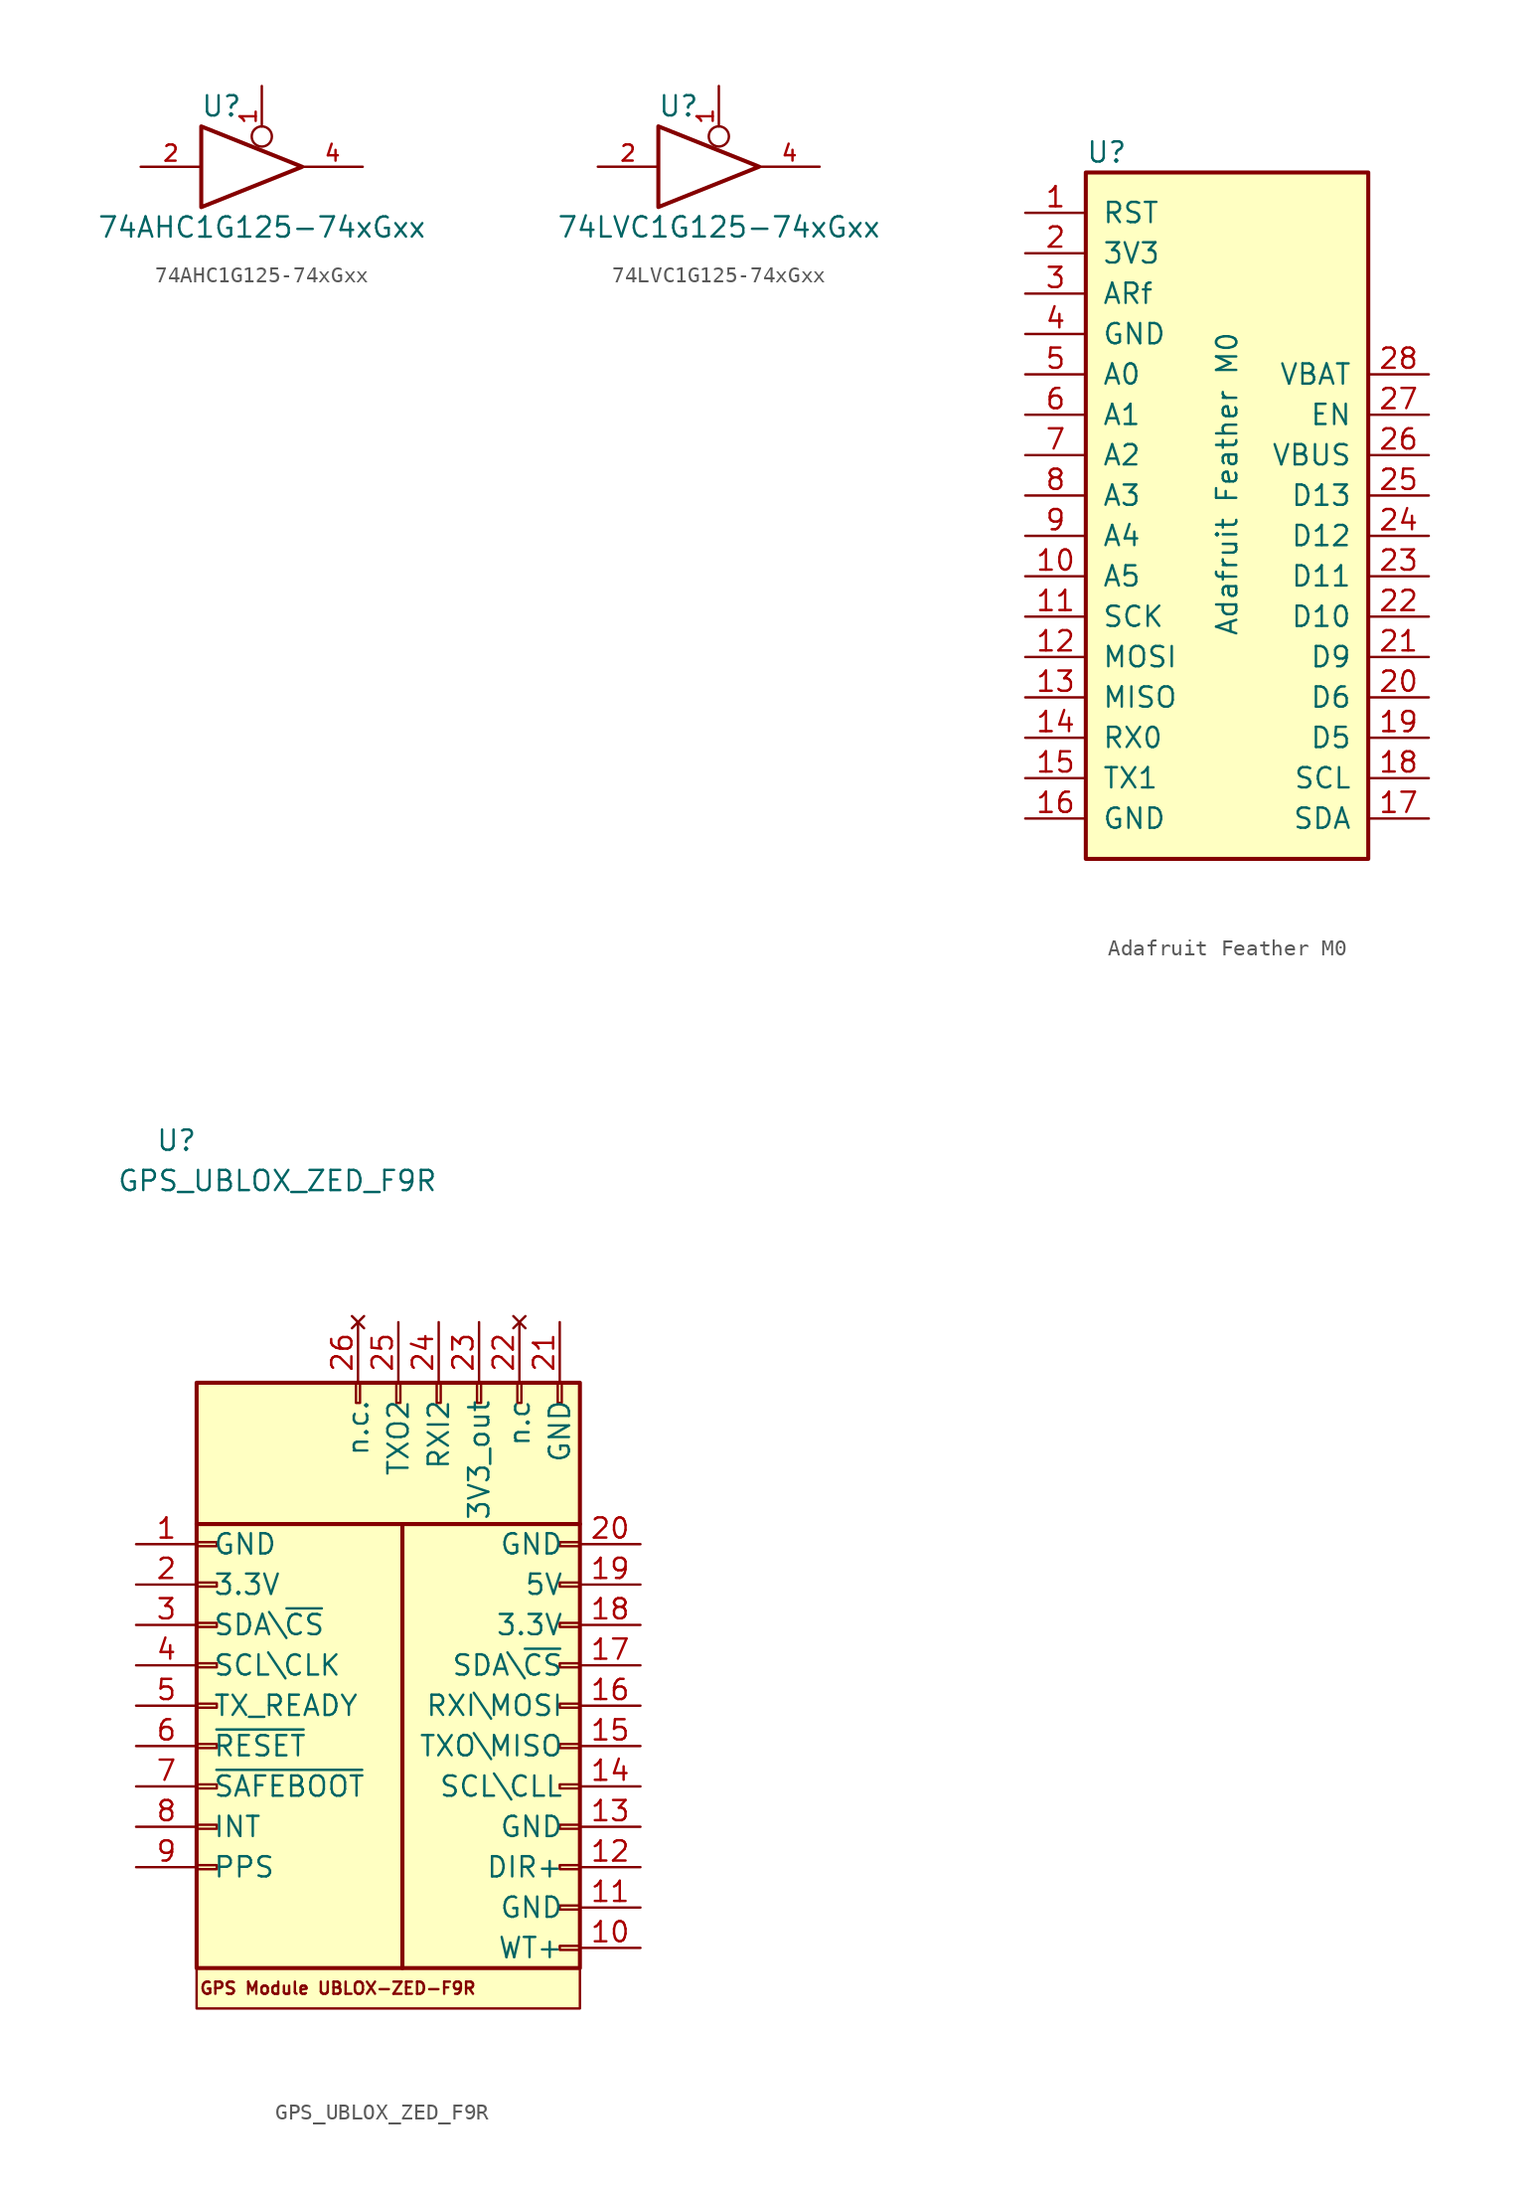
<source format=kicad_sym>
(kicad_symbol_lib
  (version 20211014)
  (generator kicad_symbol_editor)
  (symbol "74AHC1G125-74xGxx"
    (pin_names
      (offset 1.016))
    (property "Reference" "U"
      (at -2.54 3.81 0)
      (effects (font (size 1.27 1.27))))
    (property "Value" "74AHC1G125-74xGxx"
      (at 0 -3.81 0)
      (effects (font (size 1.27 1.27))))
    (symbol "74AHC1G125-74xGxx_0_1"
      (polyline (pts (xy -3.81 2.54) (xy -3.81 -2.54) (xy 2.54 0) (xy -3.81 2.54)) (stroke (width 0.254) (type default) (color 0 0 0 0)) (fill (type none))))
    (symbol "74AHC1G125-74xGxx_1_1"
      (pin input inverted (at 0 5.08 270) (length 3.81) (name "~" (effects (font (size 1.016 1.016)))) (number "1" (effects (font (size 1.016 1.016)))))
      (pin input line (at -7.62 0 0) (length 3.81) (name "~" (effects (font (size 1.016 1.016)))) (number "2" (effects (font (size 1.016 1.016)))))
      (pin power_in line (at 1.27 -1.27 270) (length 0) hide (name "GND" (effects (font (size 1.016 1.016)))) (number "3" (effects (font (size 1.016 1.016)))))
      (pin tri_state line (at 6.35 0 180) (length 3.81) (name "~" (effects (font (size 1.016 1.016)))) (number "4" (effects (font (size 1.016 1.016)))))
      (pin power_in line (at 1.27 1.27 90) (length 0) hide (name "VCC" (effects (font (size 1.016 1.016)))) (number "5" (effects (font (size 1.016 1.016)))))))
  (symbol "74LVC1G125-74xGxx"
    (pin_names
      (offset 1.016))
    (property "Reference" "U"
      (at -2.54 3.81 0)
      (effects (font (size 1.27 1.27))))
    (property "Value" "74LVC1G125-74xGxx"
      (at 0 -3.81 0)
      (effects (font (size 1.27 1.27))))
    (symbol "74LVC1G125-74xGxx_0_1"
      (polyline (pts (xy -3.81 2.54) (xy -3.81 -2.54) (xy 2.54 0) (xy -3.81 2.54)) (stroke (width 0.254) (type default) (color 0 0 0 0)) (fill (type none))))
    (symbol "74LVC1G125-74xGxx_1_1"
      (pin input inverted (at 0 5.08 270) (length 3.81) (name "~" (effects (font (size 1.016 1.016)))) (number "1" (effects (font (size 1.016 1.016)))))
      (pin input line (at -7.62 0 0) (length 3.81) (name "~" (effects (font (size 1.016 1.016)))) (number "2" (effects (font (size 1.016 1.016)))))
      (pin power_in line (at 1.27 -1.27 270) (length 0) hide (name "GND" (effects (font (size 1.016 1.016)))) (number "3" (effects (font (size 1.016 1.016)))))
      (pin tri_state line (at 6.35 0 180) (length 3.81) (name "~" (effects (font (size 1.016 1.016)))) (number "4" (effects (font (size 1.016 1.016)))))
      (pin power_in line (at 1.27 1.27 90) (length 0) hide (name "VCC" (effects (font (size 1.016 1.016)))) (number "5" (effects (font (size 1.016 1.016)))))))
  (symbol "Adafruit Feather M0"
    (pin_names
      (offset 1.016))
    (property "Reference" "U"
      (at -8.89 22.86 0)
      (effects (font (size 1.27 1.27)) (justify left)))
    (property "Value" "Adafruit Feather M0"
      (at 0 -7.62 90)
      (effects (font (size 1.27 1.27)) (justify left)))
    (symbol "Adafruit Feather M0_1_1"
      (rectangle (start -8.89 21.59) (end 8.89 -21.59) (stroke (width 0.254) (type default) (color 0 0 0 0)) (fill (type background)))
      (pin passive line (at -12.7 19.05 0) (length 3.81) (name "RST" (effects (font (size 1.27 1.27)))) (number "1" (effects (font (size 1.27 1.27)))))
      (pin passive line (at -12.7 -3.81 0) (length 3.81) (name "A5" (effects (font (size 1.27 1.27)))) (number "10" (effects (font (size 1.27 1.27)))))
      (pin passive line (at -12.7 -6.35 0) (length 3.81) (name "SCK" (effects (font (size 1.27 1.27)))) (number "11" (effects (font (size 1.27 1.27)))))
      (pin passive line (at -12.7 -8.89 0) (length 3.81) (name "MOSI" (effects (font (size 1.27 1.27)))) (number "12" (effects (font (size 1.27 1.27)))))
      (pin passive line (at -12.7 -11.43 0) (length 3.81) (name "MISO" (effects (font (size 1.27 1.27)))) (number "13" (effects (font (size 1.27 1.27)))))
      (pin passive line (at -12.7 -13.97 0) (length 3.81) (name "RX0" (effects (font (size 1.27 1.27)))) (number "14" (effects (font (size 1.27 1.27)))))
      (pin passive line (at -12.7 -16.51 0) (length 3.81) (name "TX1" (effects (font (size 1.27 1.27)))) (number "15" (effects (font (size 1.27 1.27)))))
      (pin power_in line (at -12.7 -19.05 0) (length 3.81) (name "GND" (effects (font (size 1.27 1.27)))) (number "16" (effects (font (size 1.27 1.27)))))
      (pin passive line (at 12.7 -19.05 180) (length 3.81) (name "SDA" (effects (font (size 1.27 1.27)))) (number "17" (effects (font (size 1.27 1.27)))))
      (pin passive line (at 12.7 -16.51 180) (length 3.81) (name "SCL" (effects (font (size 1.27 1.27)))) (number "18" (effects (font (size 1.27 1.27)))))
      (pin passive line (at 12.7 -13.97 180) (length 3.81) (name "D5" (effects (font (size 1.27 1.27)))) (number "19" (effects (font (size 1.27 1.27)))))
      (pin power_in line (at -12.7 16.51 0) (length 3.81) (name "3V3" (effects (font (size 1.27 1.27)))) (number "2" (effects (font (size 1.27 1.27)))))
      (pin passive line (at 12.7 -11.43 180) (length 3.81) (name "D6" (effects (font (size 1.27 1.27)))) (number "20" (effects (font (size 1.27 1.27)))))
      (pin passive line (at 12.7 -8.89 180) (length 3.81) (name "D9" (effects (font (size 1.27 1.27)))) (number "21" (effects (font (size 1.27 1.27)))))
      (pin passive line (at 12.7 -6.35 180) (length 3.81) (name "D10" (effects (font (size 1.27 1.27)))) (number "22" (effects (font (size 1.27 1.27)))))
      (pin passive line (at 12.7 -3.81 180) (length 3.81) (name "D11" (effects (font (size 1.27 1.27)))) (number "23" (effects (font (size 1.27 1.27)))))
      (pin passive line (at 12.7 -1.27 180) (length 3.81) (name "D12" (effects (font (size 1.27 1.27)))) (number "24" (effects (font (size 1.27 1.27)))))
      (pin passive line (at 12.7 1.27 180) (length 3.81) (name "D13" (effects (font (size 1.27 1.27)))) (number "25" (effects (font (size 1.27 1.27)))))
      (pin passive line (at 12.7 3.81 180) (length 3.81) (name "VBUS" (effects (font (size 1.27 1.27)))) (number "26" (effects (font (size 1.27 1.27)))))
      (pin passive line (at 12.7 6.35 180) (length 3.81) (name "EN" (effects (font (size 1.27 1.27)))) (number "27" (effects (font (size 1.27 1.27)))))
      (pin passive line (at 12.7 8.89 180) (length 3.81) (name "VBAT" (effects (font (size 1.27 1.27)))) (number "28" (effects (font (size 1.27 1.27)))))
      (pin passive line (at -12.7 13.97 0) (length 3.81) (name "ARf" (effects (font (size 1.27 1.27)))) (number "3" (effects (font (size 1.27 1.27)))))
      (pin power_in line (at -12.7 11.43 0) (length 3.81) (name "GND" (effects (font (size 1.27 1.27)))) (number "4" (effects (font (size 1.27 1.27)))))
      (pin passive line (at -12.7 8.89 0) (length 3.81) (name "A0" (effects (font (size 1.27 1.27)))) (number "5" (effects (font (size 1.27 1.27)))))
      (pin passive line (at -12.7 6.35 0) (length 3.81) (name "A1" (effects (font (size 1.27 1.27)))) (number "6" (effects (font (size 1.27 1.27)))))
      (pin passive line (at -12.7 3.81 0) (length 3.81) (name "A2" (effects (font (size 1.27 1.27)))) (number "7" (effects (font (size 1.27 1.27)))))
      (pin passive line (at -12.7 1.27 0) (length 3.81) (name "A3" (effects (font (size 1.27 1.27)))) (number "8" (effects (font (size 1.27 1.27)))))
      (pin passive line (at -12.7 -1.27 0) (length 3.81) (name "A4" (effects (font (size 1.27 1.27)))) (number "9" (effects (font (size 1.27 1.27)))))))
  (symbol "GPS_UBLOX_ZED_F9R"
    (pin_names
      (offset 1.016))
    (property "Reference" "U"
      (at -13.97 35.56 0)
      (effects (font (size 1.27 1.27))))
    (property "Value" "GPS_UBLOX_ZED_F9R"
      (at -7.62 33.02 0)
      (effects (font (size 1.27 1.27))))
    (symbol "GPS_UBLOX_ZED_F9R_1_1"
      (rectangle (start -12.7 -16.51) (end 11.43 -19.05) (stroke (width 0) (type default) (color 0 0 0 0)) (fill (type background)))
      (rectangle (start -12.7 -10.033) (end -11.43 -10.287) (stroke (width 0.152) (type default) (color 0 0 0 0)) (fill (type none)))
      (rectangle (start -12.7 -7.493) (end -11.43 -7.747) (stroke (width 0.152) (type default) (color 0 0 0 0)) (fill (type none)))
      (rectangle (start -12.7 -4.953) (end -11.43 -5.207) (stroke (width 0.152) (type default) (color 0 0 0 0)) (fill (type none)))
      (rectangle (start -12.7 -2.413) (end -11.43 -2.667) (stroke (width 0.152) (type default) (color 0 0 0 0)) (fill (type none)))
      (rectangle (start -12.7 0.127) (end -11.43 -0.127) (stroke (width 0.152) (type default) (color 0 0 0 0)) (fill (type none)))
      (rectangle (start -12.7 2.667) (end -11.43 2.413) (stroke (width 0.152) (type default) (color 0 0 0 0)) (fill (type none)))
      (rectangle (start -12.7 5.207) (end -11.43 4.953) (stroke (width 0.152) (type default) (color 0 0 0 0)) (fill (type none)))
      (rectangle (start -12.7 7.747) (end -11.43 7.493) (stroke (width 0.152) (type default) (color 0 0 0 0)) (fill (type none)))
      (rectangle (start -12.7 10.287) (end -11.43 10.033) (stroke (width 0.152) (type default) (color 0 0 0 0)) (fill (type none)))
      (rectangle (start -12.7 11.43) (end 0.254 -16.51) (stroke (width 0.254) (type default) (color 0 0 0 0)) (fill (type background)))
      (rectangle (start -2.413 20.32) (end -2.667 19.05) (stroke (width 0.152) (type default) (color 0 0 0 0)) (fill (type none)))
      (rectangle (start 0.127 20.32) (end -0.127 19.05) (stroke (width 0.152) (type default) (color 0 0 0 0)) (fill (type none)))
      (rectangle (start 2.667 20.32) (end 2.413 19.05) (stroke (width 0.152) (type default) (color 0 0 0 0)) (fill (type none)))
      (rectangle (start 5.207 20.32) (end 4.953 19.05) (stroke (width 0.152) (type default) (color 0 0 0 0)) (fill (type none)))
      (rectangle (start 7.747 20.32) (end 7.493 19.05) (stroke (width 0.152) (type default) (color 0 0 0 0)) (fill (type none)))
      (rectangle (start 10.287 20.32) (end 10.033 19.05) (stroke (width 0.152) (type default) (color 0 0 0 0)) (fill (type none)))
      (rectangle (start 11.43 -16.51) (end 0.254 11.43) (stroke (width 0.254) (type default) (color 0 0 0 0)) (fill (type background)))
      (rectangle (start 11.43 -15.367) (end 10.16 -15.113) (stroke (width 0.152) (type default) (color 0 0 0 0)) (fill (type none)))
      (rectangle (start 11.43 -12.827) (end 10.16 -12.573) (stroke (width 0.152) (type default) (color 0 0 0 0)) (fill (type none)))
      (rectangle (start 11.43 -10.287) (end 10.16 -10.033) (stroke (width 0.152) (type default) (color 0 0 0 0)) (fill (type none)))
      (rectangle (start 11.43 -7.747) (end 10.16 -7.493) (stroke (width 0.152) (type default) (color 0 0 0 0)) (fill (type none)))
      (rectangle (start 11.43 -5.207) (end 10.16 -4.953) (stroke (width 0.152) (type default) (color 0 0 0 0)) (fill (type none)))
      (rectangle (start 11.43 -2.667) (end 10.16 -2.413) (stroke (width 0.152) (type default) (color 0 0 0 0)) (fill (type none)))
      (rectangle (start 11.43 -0.127) (end 10.16 0.127) (stroke (width 0.152) (type default) (color 0 0 0 0)) (fill (type none)))
      (rectangle (start 11.43 2.413) (end 10.16 2.667) (stroke (width 0.152) (type default) (color 0 0 0 0)) (fill (type none)))
      (rectangle (start 11.43 4.953) (end 10.16 5.207) (stroke (width 0.152) (type default) (color 0 0 0 0)) (fill (type none)))
      (rectangle (start 11.43 7.493) (end 10.16 7.747) (stroke (width 0.152) (type default) (color 0 0 0 0)) (fill (type none)))
      (rectangle (start 11.43 10.033) (end 10.16 10.287) (stroke (width 0.152) (type default) (color 0 0 0 0)) (fill (type none)))
      (rectangle (start 11.43 20.32) (end -12.7 11.43) (stroke (width 0.254) (type default) (color 0 0 0 0)) (fill (type background)))
      (text "GPS Module UBLOX-ZED-F9R" (at -3.81 -17.78 0) (effects (font (size 0.762 0.762) bold)))
      (pin passive line (at -16.51 10.16 0) (length 3.81) (name "GND" (effects (font (size 1.27 1.27)))) (number "1" (effects (font (size 1.27 1.27)))))
      (pin passive line (at 15.24 -15.24 180) (length 3.81) (name "WT+" (effects (font (size 1.27 1.27)))) (number "10" (effects (font (size 1.27 1.27)))))
      (pin passive line (at 15.24 -12.7 180) (length 3.81) (name "GND" (effects (font (size 1.27 1.27)))) (number "11" (effects (font (size 1.27 1.27)))))
      (pin passive line (at 15.24 -10.16 180) (length 3.81) (name "DIR+" (effects (font (size 1.27 1.27)))) (number "12" (effects (font (size 1.27 1.27)))))
      (pin passive line (at 15.24 -7.62 180) (length 3.81) (name "GND" (effects (font (size 1.27 1.27)))) (number "13" (effects (font (size 1.27 1.27)))))
      (pin passive line (at 15.24 -5.08 180) (length 3.81) (name "SCL\\CLL" (effects (font (size 1.27 1.27)))) (number "14" (effects (font (size 1.27 1.27)))))
      (pin passive line (at 15.24 -2.54 180) (length 3.81) (name "TXO\\MISO" (effects (font (size 1.27 1.27)))) (number "15" (effects (font (size 1.27 1.27)))))
      (pin passive line (at 15.24 0 180) (length 3.81) (name "RXI\\MOSI" (effects (font (size 1.27 1.27)))) (number "16" (effects (font (size 1.27 1.27)))))
      (pin passive line (at 15.24 2.54 180) (length 3.81) (name "SDA\\~{CS}" (effects (font (size 1.27 1.27)))) (number "17" (effects (font (size 1.27 1.27)))))
      (pin passive line (at 15.24 5.08 180) (length 3.81) (name "3.3V" (effects (font (size 1.27 1.27)))) (number "18" (effects (font (size 1.27 1.27)))))
      (pin passive line (at 15.24 7.62 180) (length 3.81) (name "5V" (effects (font (size 1.27 1.27)))) (number "19" (effects (font (size 1.27 1.27)))))
      (pin passive line (at -16.51 7.62 0) (length 3.81) (name "3.3V" (effects (font (size 1.27 1.27)))) (number "2" (effects (font (size 1.27 1.27)))))
      (pin passive line (at 15.24 10.16 180) (length 3.81) (name "GND" (effects (font (size 1.27 1.27)))) (number "20" (effects (font (size 1.27 1.27)))))
      (pin passive line (at 10.16 24.13 270) (length 3.81) (name "GND" (effects (font (size 1.27 1.27)))) (number "21" (effects (font (size 1.27 1.27)))))
      (pin no_connect line (at 7.62 24.13 270) (length 3.81) (name "n.c" (effects (font (size 1.27 1.27)))) (number "22" (effects (font (size 1.27 1.27)))))
      (pin passive line (at 5.08 24.13 270) (length 3.81) (name "3V3_out" (effects (font (size 1.27 1.27)))) (number "23" (effects (font (size 1.27 1.27)))))
      (pin passive line (at 2.54 24.13 270) (length 3.81) (name "RXI2" (effects (font (size 1.27 1.27)))) (number "24" (effects (font (size 1.27 1.27)))))
      (pin passive line (at 0 24.13 270) (length 3.81) (name "TXO2" (effects (font (size 1.27 1.27)))) (number "25" (effects (font (size 1.27 1.27)))))
      (pin no_connect line (at -2.54 24.13 270) (length 3.81) (name "n.c." (effects (font (size 1.27 1.27)))) (number "26" (effects (font (size 1.27 1.27)))))
      (pin passive line (at -16.51 5.08 0) (length 3.81) (name "SDA\\~{CS}" (effects (font (size 1.27 1.27)))) (number "3" (effects (font (size 1.27 1.27)))))
      (pin passive line (at -16.51 2.54 0) (length 3.81) (name "SCL\\CLK" (effects (font (size 1.27 1.27)))) (number "4" (effects (font (size 1.27 1.27)))))
      (pin passive line (at -16.51 0 0) (length 3.81) (name "TX_READY" (effects (font (size 1.27 1.27)))) (number "5" (effects (font (size 1.27 1.27)))))
      (pin passive line (at -16.51 -2.54 0) (length 3.81) (name "~{RESET}" (effects (font (size 1.27 1.27)))) (number "6" (effects (font (size 1.27 1.27)))))
      (pin passive line (at -16.51 -5.08 0) (length 3.81) (name "~{SAFEBOOT}" (effects (font (size 1.27 1.27)))) (number "7" (effects (font (size 1.27 1.27)))))
      (pin passive line (at -16.51 -7.62 0) (length 3.81) (name "INT" (effects (font (size 1.27 1.27)))) (number "8" (effects (font (size 1.27 1.27)))))
      (pin passive line (at -16.51 -10.16 0) (length 3.81) (name "PPS" (effects (font (size 1.27 1.27)))) (number "9" (effects (font (size 1.27 1.27))))))))
</source>
